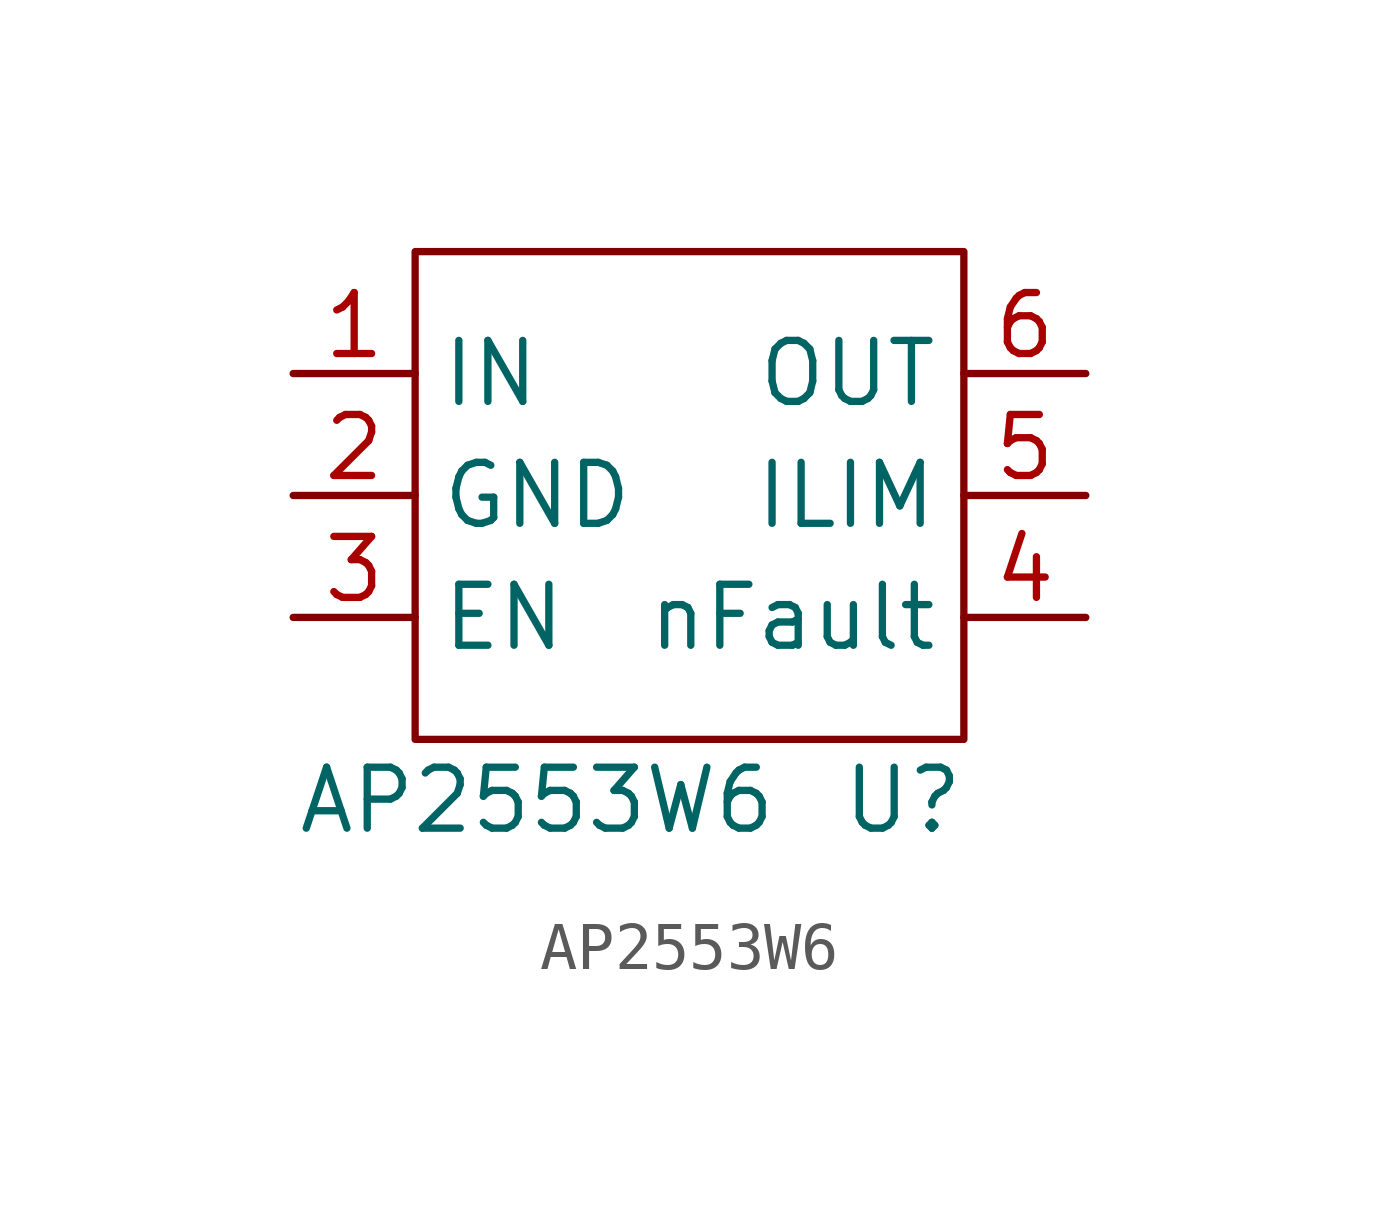
<source format=kicad_sym>
(kicad_symbol_lib
  (version 20231120)
  (generator "kicad_symbol_editor")
  (generator_version "8.0")
  (symbol "AP2553W6"
    (property "Reference" "U"
      (at 3.81 -6.35 0)
      (effects (font (size 1.27 1.27))))
    (property "Value" "AP2553W6"
      (at -3.81 -6.35 0)
      (effects (font (size 1.27 1.27))))
    (symbol "AP2553W6_0_0"
      (pin power_in line (at -8.89 2.54 0) (length 2.54) (name "IN" (effects (font (size 1.27 1.27)))) (number "1" (effects (font (size 1.27 1.27)))))
      (pin power_in line (at -8.89 0 0) (length 2.54) (name "GND" (effects (font (size 1.27 1.27)))) (number "2" (effects (font (size 1.27 1.27)))))
      (pin input line (at -8.89 -2.54 0) (length 2.54) (name "EN" (effects (font (size 1.27 1.27)))) (number "3" (effects (font (size 1.27 1.27)))))
      (pin open_collector line (at 7.62 -2.54 180) (length 2.54) (name "nFault" (effects (font (size 1.27 1.27)))) (number "4" (effects (font (size 1.27 1.27)))))
      (pin passive line (at 7.62 0 180) (length 2.54) (name "ILIM" (effects (font (size 1.27 1.27)))) (number "5" (effects (font (size 1.27 1.27)))))
      (pin power_out line (at 7.62 2.54 180) (length 2.54) (name "OUT" (effects (font (size 1.27 1.27)))) (number "6" (effects (font (size 1.27 1.27))))))
    (symbol "AP2553W6_0_1"
      (rectangle (start -6.35 5.08) (end 5.08 -5.08) (stroke (width 0) (type default)) (fill (type none))))))
</source>
